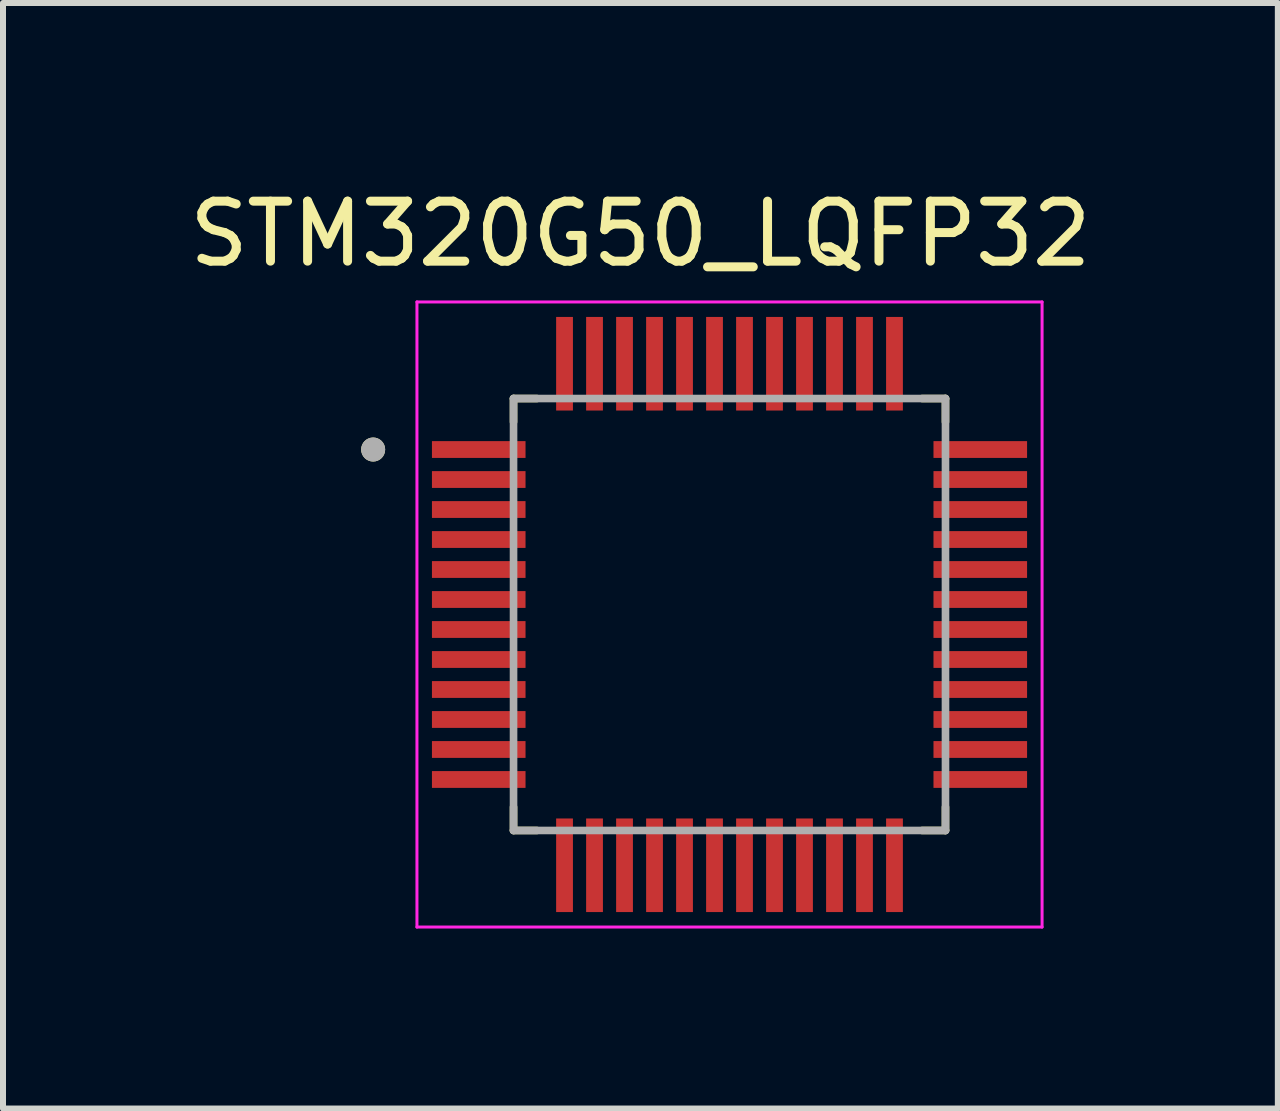
<source format=kicad_pcb>
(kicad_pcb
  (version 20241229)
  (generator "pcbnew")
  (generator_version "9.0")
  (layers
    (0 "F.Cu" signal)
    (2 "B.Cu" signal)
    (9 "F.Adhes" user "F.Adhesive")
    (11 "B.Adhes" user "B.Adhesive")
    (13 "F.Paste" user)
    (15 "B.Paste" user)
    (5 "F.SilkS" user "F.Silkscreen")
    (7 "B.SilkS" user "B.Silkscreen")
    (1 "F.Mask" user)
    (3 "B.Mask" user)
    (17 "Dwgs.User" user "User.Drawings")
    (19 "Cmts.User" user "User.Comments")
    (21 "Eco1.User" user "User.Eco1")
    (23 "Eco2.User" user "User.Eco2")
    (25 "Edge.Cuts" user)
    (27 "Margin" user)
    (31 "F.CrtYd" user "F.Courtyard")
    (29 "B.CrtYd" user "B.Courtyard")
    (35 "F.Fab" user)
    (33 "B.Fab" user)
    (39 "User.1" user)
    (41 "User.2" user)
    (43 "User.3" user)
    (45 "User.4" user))
  (footprint "STM320G50_LQFP32"
    (layer "F.Cu")
    (at 9.11 7.193)
    (property "Reference" "STM320G50_LQFP32" (at -1.485 -6.345 0) (layer "F.SilkS") (effects (font (size 1 1) (thickness 0.15))))
    (attr through_hole)
    (fp_line (start -3.6 -3.6) (end -3.6 -3.21) (stroke (width 0.127) (type solid)) (layer "F.SilkS"))
    (fp_line (start -3.6 -3.6) (end -3.21 -3.6) (stroke (width 0.127) (type solid)) (layer "F.SilkS"))
    (fp_line (start -3.6 3.6) (end -3.6 3.21) (stroke (width 0.127) (type solid)) (layer "F.SilkS"))
    (fp_line (start -3.6 3.6) (end -3.21 3.6) (stroke (width 0.127) (type solid)) (layer "F.SilkS"))
    (fp_line (start 3.6 -3.6) (end 3.21 -3.6) (stroke (width 0.127) (type solid)) (layer "F.SilkS"))
    (fp_line (start 3.6 -3.6) (end 3.6 -3.21) (stroke (width 0.127) (type solid)) (layer "F.SilkS"))
    (fp_line (start 3.6 3.6) (end 3.21 3.6) (stroke (width 0.127) (type solid)) (layer "F.SilkS"))
    (fp_line (start 3.6 3.6) (end 3.6 3.21) (stroke (width 0.127) (type solid)) (layer "F.SilkS"))
    (fp_circle (center -5.94 -2.75) (end -5.84 -2.75) (stroke (width 0.2) (type solid)) (fill no) (layer "F.SilkS"))
    (fp_line (start -5.21 -5.21) (end 5.21 -5.21) (stroke (width 0.05) (type solid)) (layer "F.CrtYd"))
    (fp_line (start -5.21 5.21) (end -5.21 -5.21) (stroke (width 0.05) (type solid)) (layer "F.CrtYd"))
    (fp_line (start -5.21 5.21) (end 5.21 5.21) (stroke (width 0.05) (type solid)) (layer "F.CrtYd"))
    (fp_line (start 5.21 5.21) (end 5.21 -5.21) (stroke (width 0.05) (type solid)) (layer "F.CrtYd"))
    (fp_line (start -3.6 3.6) (end -3.6 -3.6) (stroke (width 0.127) (type solid)) (layer "F.Fab"))
    (fp_line (start 3.6 -3.6) (end -3.6 -3.6) (stroke (width 0.127) (type solid)) (layer "F.Fab"))
    (fp_line (start 3.6 3.6) (end -3.6 3.6) (stroke (width 0.127) (type solid)) (layer "F.Fab"))
    (fp_line (start 3.6 3.6) (end 3.6 -3.6) (stroke (width 0.127) (type solid)) (layer "F.Fab"))
    (fp_circle (center -5.94 -2.75) (end -5.84 -2.75) (stroke (width 0.2) (type solid)) (fill no) (layer "F.Fab"))
    (pad "1" smd rect (at -4.18 -2.75) (size 1.56 0.28) (layers "F.Cu" "F.Mask" "F.Paste"))
    (pad "2" smd rect (at -4.18 -2.25) (size 1.56 0.28) (layers "F.Cu" "F.Mask" "F.Paste"))
    (pad "3" smd rect (at -4.18 -1.75) (size 1.56 0.28) (layers "F.Cu" "F.Mask" "F.Paste"))
    (pad "4" smd rect (at -4.18 -1.25) (size 1.56 0.28) (layers "F.Cu" "F.Mask" "F.Paste"))
    (pad "5" smd rect (at -4.18 -0.75) (size 1.56 0.28) (layers "F.Cu" "F.Mask" "F.Paste"))
    (pad "6" smd rect (at -4.18 -0.25) (size 1.56 0.28) (layers "F.Cu" "F.Mask" "F.Paste"))
    (pad "7" smd rect (at -4.18 0.25) (size 1.56 0.28) (layers "F.Cu" "F.Mask" "F.Paste"))
    (pad "8" smd rect (at -4.18 0.75) (size 1.56 0.28) (layers "F.Cu" "F.Mask" "F.Paste"))
    (pad "9" smd rect (at -4.18 1.25) (size 1.56 0.28) (layers "F.Cu" "F.Mask" "F.Paste"))
    (pad "10" smd rect (at -4.18 1.75) (size 1.56 0.28) (layers "F.Cu" "F.Mask" "F.Paste"))
    (pad "11" smd rect (at -4.18 2.25) (size 1.56 0.28) (layers "F.Cu" "F.Mask" "F.Paste"))
    (pad "12" smd rect (at -4.18 2.75) (size 1.56 0.28) (layers "F.Cu" "F.Mask" "F.Paste"))
    (pad "13" smd rect (at -2.75 4.18) (size 0.28 1.56) (layers "F.Cu" "F.Mask" "F.Paste"))
    (pad "14" smd rect (at -2.25 4.18) (size 0.28 1.56) (layers "F.Cu" "F.Mask" "F.Paste"))
    (pad "15" smd rect (at -1.75 4.18) (size 0.28 1.56) (layers "F.Cu" "F.Mask" "F.Paste"))
    (pad "16" smd rect (at -1.25 4.18) (size 0.28 1.56) (layers "F.Cu" "F.Mask" "F.Paste"))
    (pad "17" smd rect (at -0.75 4.18) (size 0.28 1.56) (layers "F.Cu" "F.Mask" "F.Paste"))
    (pad "18" smd rect (at -0.25 4.18) (size 0.28 1.56) (layers "F.Cu" "F.Mask" "F.Paste"))
    (pad "19" smd rect (at 0.25 4.18) (size 0.28 1.56) (layers "F.Cu" "F.Mask" "F.Paste"))
    (pad "20" smd rect (at 0.75 4.18) (size 0.28 1.56) (layers "F.Cu" "F.Mask" "F.Paste"))
    (pad "21" smd rect (at 1.25 4.18) (size 0.28 1.56) (layers "F.Cu" "F.Mask" "F.Paste"))
    (pad "22" smd rect (at 1.75 4.18) (size 0.28 1.56) (layers "F.Cu" "F.Mask" "F.Paste"))
    (pad "23" smd rect (at 2.25 4.18) (size 0.28 1.56) (layers "F.Cu" "F.Mask" "F.Paste"))
    (pad "24" smd rect (at 2.75 4.18) (size 0.28 1.56) (layers "F.Cu" "F.Mask" "F.Paste"))
    (pad "25" smd rect (at 4.18 2.75) (size 1.56 0.28) (layers "F.Cu" "F.Mask" "F.Paste"))
    (pad "26" smd rect (at 4.18 2.25) (size 1.56 0.28) (layers "F.Cu" "F.Mask" "F.Paste"))
    (pad "27" smd rect (at 4.18 1.75) (size 1.56 0.28) (layers "F.Cu" "F.Mask" "F.Paste"))
    (pad "28" smd rect (at 4.18 1.25) (size 1.56 0.28) (layers "F.Cu" "F.Mask" "F.Paste"))
    (pad "29" smd rect (at 4.18 0.75) (size 1.56 0.28) (layers "F.Cu" "F.Mask" "F.Paste"))
    (pad "30" smd rect (at 4.18 0.25) (size 1.56 0.28) (layers "F.Cu" "F.Mask" "F.Paste"))
    (pad "31" smd rect (at 4.18 -0.25) (size 1.56 0.28) (layers "F.Cu" "F.Mask" "F.Paste"))
    (pad "32" smd rect (at 4.18 -0.75) (size 1.56 0.28) (layers "F.Cu" "F.Mask" "F.Paste"))
    (pad "33" smd rect (at 4.18 -1.25) (size 1.56 0.28) (layers "F.Cu" "F.Mask" "F.Paste"))
    (pad "34" smd rect (at 4.18 -1.75) (size 1.56 0.28) (layers "F.Cu" "F.Mask" "F.Paste"))
    (pad "35" smd rect (at 4.18 -2.25) (size 1.56 0.28) (layers "F.Cu" "F.Mask" "F.Paste"))
    (pad "36" smd rect (at 4.18 -2.75) (size 1.56 0.28) (layers "F.Cu" "F.Mask" "F.Paste"))
    (pad "37" smd rect (at 2.75 -4.18) (size 0.28 1.56) (layers "F.Cu" "F.Mask" "F.Paste"))
    (pad "38" smd rect (at 2.25 -4.18) (size 0.28 1.56) (layers "F.Cu" "F.Mask" "F.Paste"))
    (pad "39" smd rect (at 1.75 -4.18) (size 0.28 1.56) (layers "F.Cu" "F.Mask" "F.Paste"))
    (pad "40" smd rect (at 1.25 -4.18) (size 0.28 1.56) (layers "F.Cu" "F.Mask" "F.Paste"))
    (pad "41" smd rect (at 0.75 -4.18) (size 0.28 1.56) (layers "F.Cu" "F.Mask" "F.Paste"))
    (pad "42" smd rect (at 0.25 -4.18) (size 0.28 1.56) (layers "F.Cu" "F.Mask" "F.Paste"))
    (pad "43" smd rect (at -0.25 -4.18) (size 0.28 1.56) (layers "F.Cu" "F.Mask" "F.Paste"))
    (pad "44" smd rect (at -0.75 -4.18) (size 0.28 1.56) (layers "F.Cu" "F.Mask" "F.Paste"))
    (pad "45" smd rect (at -1.25 -4.18) (size 0.28 1.56) (layers "F.Cu" "F.Mask" "F.Paste"))
    (pad "46" smd rect (at -1.75 -4.18) (size 0.28 1.56) (layers "F.Cu" "F.Mask" "F.Paste"))
    (pad "47" smd rect (at -2.25 -4.18) (size 0.28 1.56) (layers "F.Cu" "F.Mask" "F.Paste"))
    (pad "48" smd rect (at -2.75 -4.18) (size 0.28 1.56) (layers "F.Cu" "F.Mask" "F.Paste")))
  (gr_rect
    (start -3 -3)
    (end 18.25 15.428)
    (stroke (width 0.1) (type default))
    (fill no)
    (layer "Edge.Cuts")))
</source>
